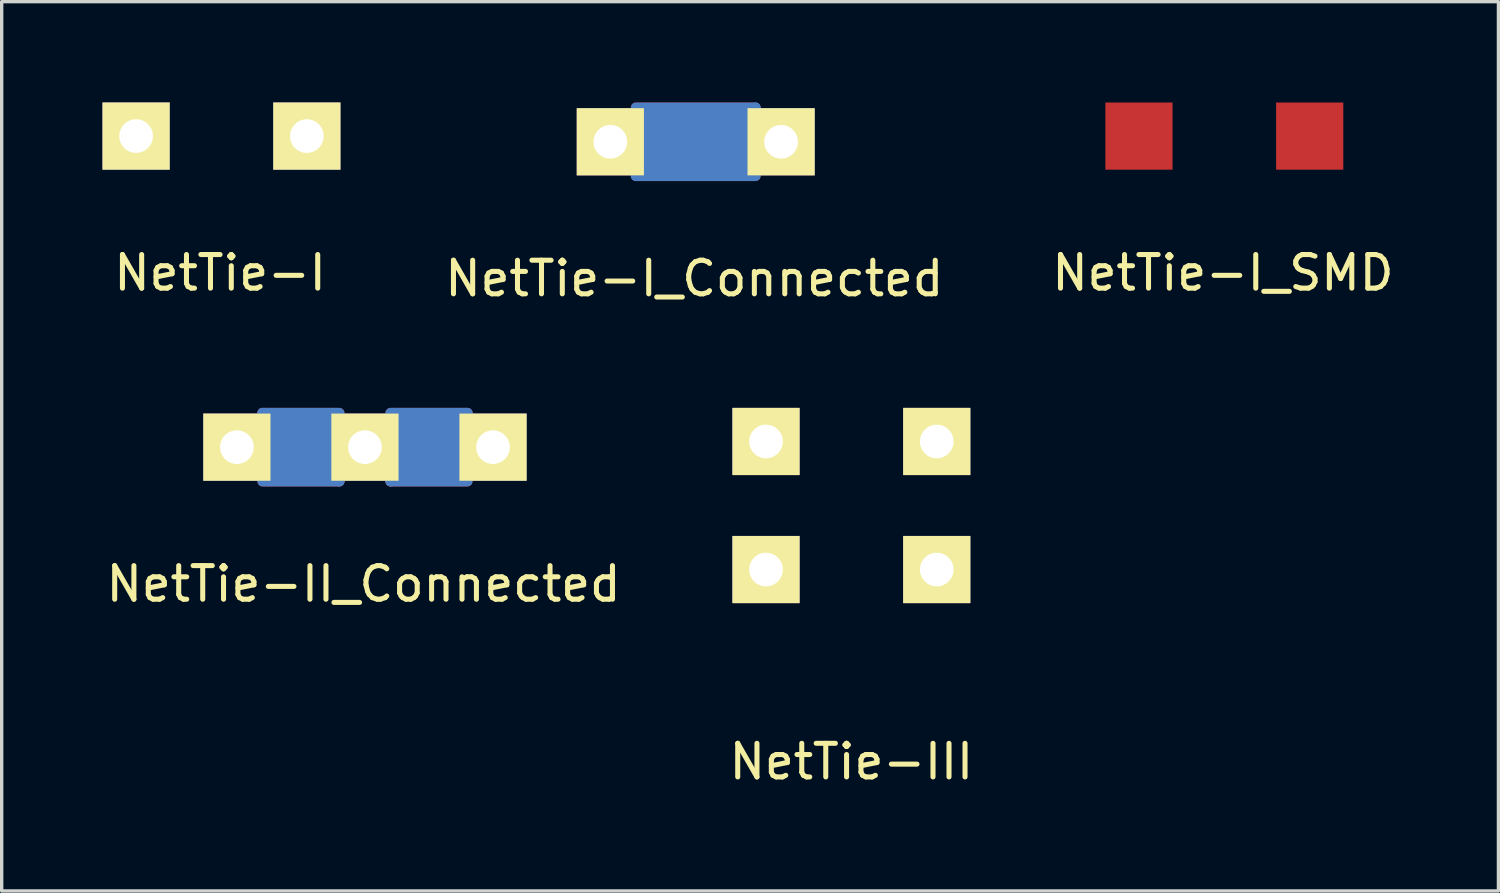
<source format=kicad_pcb>
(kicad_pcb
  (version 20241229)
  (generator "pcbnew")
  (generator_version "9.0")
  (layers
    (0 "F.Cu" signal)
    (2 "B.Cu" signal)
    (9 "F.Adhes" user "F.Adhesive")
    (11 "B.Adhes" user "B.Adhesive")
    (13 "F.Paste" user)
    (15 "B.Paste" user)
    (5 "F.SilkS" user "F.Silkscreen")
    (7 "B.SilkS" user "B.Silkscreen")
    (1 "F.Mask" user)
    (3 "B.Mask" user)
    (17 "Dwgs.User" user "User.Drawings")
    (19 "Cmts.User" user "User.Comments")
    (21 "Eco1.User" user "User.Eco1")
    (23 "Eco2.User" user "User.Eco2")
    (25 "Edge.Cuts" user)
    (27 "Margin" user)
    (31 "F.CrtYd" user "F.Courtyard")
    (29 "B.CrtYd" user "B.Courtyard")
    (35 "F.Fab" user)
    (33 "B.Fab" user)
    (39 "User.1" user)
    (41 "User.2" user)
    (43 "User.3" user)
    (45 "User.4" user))
  (footprint "NetTie-II_Connected"
    (layer "F.Cu")
    (at 7.808 10.254)
    (property "Reference" "NetTie-II_Connected" (at -0.041 4.069 0) (layer "F.SilkS") (effects (font (size 1 1) (thickness 0.15))))
    (attr through_hole)
    (fp_line (start -3.048 -1.016) (end -0.762 -1.016) (stroke (width 0.305) (type solid)) (layer "F.Cu"))
    (fp_line (start -3.048 -0.762) (end -3.048 -1.016) (stroke (width 0.305) (type solid)) (layer "F.Cu"))
    (fp_line (start -3.048 -0.508) (end -0.762 -0.508) (stroke (width 0.305) (type solid)) (layer "F.Cu"))
    (fp_line (start -3.048 -0.254) (end -3.048 -0.508) (stroke (width 0.305) (type solid)) (layer "F.Cu"))
    (fp_line (start -3.048 0) (end -0.762 0) (stroke (width 0.305) (type solid)) (layer "F.Cu"))
    (fp_line (start -3.048 0.254) (end -3.048 0) (stroke (width 0.305) (type solid)) (layer "F.Cu"))
    (fp_line (start -3.048 0.508) (end -0.762 0.508) (stroke (width 0.305) (type solid)) (layer "F.Cu"))
    (fp_line (start -3.048 0.762) (end -3.048 0.508) (stroke (width 0.305) (type solid)) (layer "F.Cu"))
    (fp_line (start -3.048 1.016) (end -0.762 1.016) (stroke (width 0.305) (type solid)) (layer "F.Cu"))
    (fp_line (start -0.762 -0.762) (end -3.048 -0.762) (stroke (width 0.305) (type solid)) (layer "F.Cu"))
    (fp_line (start -0.762 -0.508) (end -0.762 -0.762) (stroke (width 0.305) (type solid)) (layer "F.Cu"))
    (fp_line (start -0.762 -0.254) (end -3.048 -0.254) (stroke (width 0.305) (type solid)) (layer "F.Cu"))
    (fp_line (start -0.762 0) (end -0.762 -0.254) (stroke (width 0.305) (type solid)) (layer "F.Cu"))
    (fp_line (start -0.762 0.254) (end -3.048 0.254) (stroke (width 0.305) (type solid)) (layer "F.Cu"))
    (fp_line (start -0.762 0.508) (end -0.762 0.254) (stroke (width 0.305) (type solid)) (layer "F.Cu"))
    (fp_line (start -0.762 0.762) (end -3.048 0.762) (stroke (width 0.305) (type solid)) (layer "F.Cu"))
    (fp_line (start -0.762 1.016) (end -0.762 0.762) (stroke (width 0.305) (type solid)) (layer "F.Cu"))
    (fp_line (start 0.762 -1.016) (end 3.048 -1.016) (stroke (width 0.305) (type solid)) (layer "F.Cu"))
    (fp_line (start 0.762 -0.762) (end 0.762 -0.508) (stroke (width 0.305) (type solid)) (layer "F.Cu"))
    (fp_line (start 0.762 -0.508) (end 3.048 -0.508) (stroke (width 0.305) (type solid)) (layer "F.Cu"))
    (fp_line (start 0.762 -0.254) (end 0.762 0) (stroke (width 0.305) (type solid)) (layer "F.Cu"))
    (fp_line (start 0.762 0) (end 3.048 0) (stroke (width 0.305) (type solid)) (layer "F.Cu"))
    (fp_line (start 0.762 0.254) (end 0.762 0.508) (stroke (width 0.305) (type solid)) (layer "F.Cu"))
    (fp_line (start 0.762 0.508) (end 3.048 0.508) (stroke (width 0.305) (type solid)) (layer "F.Cu"))
    (fp_line (start 0.762 0.762) (end 0.762 1.016) (stroke (width 0.305) (type solid)) (layer "F.Cu"))
    (fp_line (start 0.762 1.016) (end 3.048 1.016) (stroke (width 0.305) (type solid)) (layer "F.Cu"))
    (fp_line (start 3.048 -1.016) (end 3.048 -0.762) (stroke (width 0.305) (type solid)) (layer "F.Cu"))
    (fp_line (start 3.048 -0.762) (end 0.762 -0.762) (stroke (width 0.305) (type solid)) (layer "F.Cu"))
    (fp_line (start 3.048 -0.508) (end 3.048 -0.254) (stroke (width 0.305) (type solid)) (layer "F.Cu"))
    (fp_line (start 3.048 -0.254) (end 0.762 -0.254) (stroke (width 0.305) (type solid)) (layer "F.Cu"))
    (fp_line (start 3.048 0) (end 3.048 0.254) (stroke (width 0.305) (type solid)) (layer "F.Cu"))
    (fp_line (start 3.048 0.254) (end 0.762 0.254) (stroke (width 0.305) (type solid)) (layer "F.Cu"))
    (fp_line (start 3.048 0.508) (end 3.048 0.762) (stroke (width 0.305) (type solid)) (layer "F.Cu"))
    (fp_line (start 3.048 0.762) (end 0.762 0.762) (stroke (width 0.305) (type solid)) (layer "F.Cu"))
    (fp_line (start -3.048 -1.016) (end -0.762 -1.016) (stroke (width 0.305) (type solid)) (layer "B.Cu"))
    (fp_line (start -3.048 -0.762) (end -3.048 -1.016) (stroke (width 0.305) (type solid)) (layer "B.Cu"))
    (fp_line (start -3.048 -0.508) (end -0.762 -0.508) (stroke (width 0.305) (type solid)) (layer "B.Cu"))
    (fp_line (start -3.048 -0.254) (end -3.048 -0.508) (stroke (width 0.305) (type solid)) (layer "B.Cu"))
    (fp_line (start -3.048 0) (end -0.762 0) (stroke (width 0.305) (type solid)) (layer "B.Cu"))
    (fp_line (start -3.048 0.254) (end -3.048 0) (stroke (width 0.305) (type solid)) (layer "B.Cu"))
    (fp_line (start -3.048 0.508) (end -0.762 0.508) (stroke (width 0.305) (type solid)) (layer "B.Cu"))
    (fp_line (start -3.048 0.762) (end -3.048 0.508) (stroke (width 0.305) (type solid)) (layer "B.Cu"))
    (fp_line (start -3.048 1.016) (end -0.762 1.016) (stroke (width 0.305) (type solid)) (layer "B.Cu"))
    (fp_line (start -0.762 -0.762) (end -3.048 -0.762) (stroke (width 0.305) (type solid)) (layer "B.Cu"))
    (fp_line (start -0.762 -0.508) (end -0.762 -0.762) (stroke (width 0.305) (type solid)) (layer "B.Cu"))
    (fp_line (start -0.762 -0.254) (end -3.048 -0.254) (stroke (width 0.305) (type solid)) (layer "B.Cu"))
    (fp_line (start -0.762 0) (end -0.762 -0.254) (stroke (width 0.305) (type solid)) (layer "B.Cu"))
    (fp_line (start -0.762 0.254) (end -3.048 0.254) (stroke (width 0.305) (type solid)) (layer "B.Cu"))
    (fp_line (start -0.762 0.508) (end -0.762 0.254) (stroke (width 0.305) (type solid)) (layer "B.Cu"))
    (fp_line (start -0.762 0.762) (end -3.048 0.762) (stroke (width 0.305) (type solid)) (layer "B.Cu"))
    (fp_line (start -0.762 1.016) (end -0.762 0.762) (stroke (width 0.305) (type solid)) (layer "B.Cu"))
    (fp_line (start 0.762 -1.016) (end 3.048 -1.016) (stroke (width 0.305) (type solid)) (layer "B.Cu"))
    (fp_line (start 0.762 -0.762) (end 0.762 -0.508) (stroke (width 0.305) (type solid)) (layer "B.Cu"))
    (fp_line (start 0.762 -0.508) (end 3.048 -0.508) (stroke (width 0.305) (type solid)) (layer "B.Cu"))
    (fp_line (start 0.762 -0.254) (end 0.762 0) (stroke (width 0.305) (type solid)) (layer "B.Cu"))
    (fp_line (start 0.762 0) (end 3.048 0) (stroke (width 0.305) (type solid)) (layer "B.Cu"))
    (fp_line (start 0.762 0.254) (end 0.762 0.508) (stroke (width 0.305) (type solid)) (layer "B.Cu"))
    (fp_line (start 0.762 0.508) (end 3.048 0.508) (stroke (width 0.305) (type solid)) (layer "B.Cu"))
    (fp_line (start 0.762 0.762) (end 0.762 1.016) (stroke (width 0.305) (type solid)) (layer "B.Cu"))
    (fp_line (start 0.762 1.016) (end 3.048 1.016) (stroke (width 0.305) (type solid)) (layer "B.Cu"))
    (fp_line (start 3.048 -1.016) (end 3.048 -0.762) (stroke (width 0.305) (type solid)) (layer "B.Cu"))
    (fp_line (start 3.048 -0.762) (end 0.762 -0.762) (stroke (width 0.305) (type solid)) (layer "B.Cu"))
    (fp_line (start 3.048 -0.508) (end 3.048 -0.254) (stroke (width 0.305) (type solid)) (layer "B.Cu"))
    (fp_line (start 3.048 -0.254) (end 0.762 -0.254) (stroke (width 0.305) (type solid)) (layer "B.Cu"))
    (fp_line (start 3.048 0) (end 3.048 0.254) (stroke (width 0.305) (type solid)) (layer "B.Cu"))
    (fp_line (start 3.048 0.254) (end 0.762 0.254) (stroke (width 0.305) (type solid)) (layer "B.Cu"))
    (fp_line (start 3.048 0.508) (end 3.048 0.762) (stroke (width 0.305) (type solid)) (layer "B.Cu"))
    (fp_line (start 3.048 0.762) (end 0.762 0.762) (stroke (width 0.305) (type solid)) (layer "B.Cu"))
    (pad "1" thru_hole rect (at -3.81 0) (size 1.999 1.999) (drill 1.001) (layers "*.Cu" "*.Mask" "F.SilkS"))
    (pad "2" thru_hole rect (at 0 0) (size 1.999 1.999) (drill 1.001) (layers "*.Cu" "*.Mask" "F.SilkS"))
    (pad "3" thru_hole rect (at 3.81 0) (size 1.999 1.999) (drill 1.001) (layers "*.Cu" "*.Mask" "F.SilkS")))
  (footprint "NetTie-III"
    (layer "F.Cu")
    (at 22.28 11.99)
    (property "Reference" "NetTie-III" (at 0 7.62 0) (layer "F.SilkS") (effects (font (size 1 1) (thickness 0.15))))
    (attr through_hole)
    (pad "1" thru_hole rect (at -2.54 -1.905) (size 1.999 1.999) (drill 1.001) (layers "*.Cu" "*.Mask" "F.SilkS"))
    (pad "2" thru_hole rect (at -2.54 1.905) (size 1.999 1.999) (drill 1.001) (layers "*.Cu" "*.Mask" "F.SilkS"))
    (pad "3" thru_hole rect (at 2.54 -1.905) (size 1.999 1.999) (drill 1.001) (layers "*.Cu" "*.Mask" "F.SilkS"))
    (pad "4" thru_hole rect (at 2.54 1.905) (size 1.999 1.999) (drill 1.001) (layers "*.Cu" "*.Mask" "F.SilkS")))
  (footprint "NetTie-I_SMD"
    (layer "F.Cu")
    (at 33.376 0.999)
    (property "Reference" "NetTie-I_SMD" (at -0.041 4.069 0) (layer "F.SilkS") (effects (font (size 1 1) (thickness 0.15))))
    (attr through_hole)
    (pad "1" smd rect (at -2.54 0) (size 1.999 1.999) (layers "F.Cu" "F.Mask" "F.Paste"))
    (pad "2" smd rect (at 2.54 0) (size 1.999 1.999) (layers "F.Cu" "F.Mask" "F.Paste")))
  (footprint "NetTie-I"
    (layer "F.Cu")
    (at 3.539 0.999)
    (property "Reference" "NetTie-I" (at -0.041 4.069 0) (layer "F.SilkS") (effects (font (size 1 1) (thickness 0.15))))
    (attr through_hole)
    (pad "1" thru_hole rect (at -2.54 0) (size 1.999 1.999) (drill 1.001) (layers "*.Cu" "*.Mask" "F.SilkS"))
    (pad "2" thru_hole rect (at 2.54 0) (size 1.999 1.999) (drill 1.001) (layers "*.Cu" "*.Mask" "F.SilkS")))
  (footprint "NetTie-I_Connected"
    (layer "F.Cu")
    (at 17.649 1.168)
    (property "Reference" "NetTie-I_Connected" (at -0.041 4.069 0) (layer "F.SilkS") (effects (font (size 1 1) (thickness 0.15))))
    (attr through_hole)
    (fp_line (start -1.778 -0.762) (end 1.778 -0.762) (stroke (width 0.305) (type solid)) (layer "F.Cu"))
    (fp_line (start -1.778 -0.254) (end 1.778 -0.254) (stroke (width 0.305) (type solid)) (layer "F.Cu"))
    (fp_line (start -1.778 0.254) (end 1.778 0.254) (stroke (width 0.305) (type solid)) (layer "F.Cu"))
    (fp_line (start -1.778 0.762) (end 1.778 0.762) (stroke (width 0.305) (type solid)) (layer "F.Cu"))
    (fp_line (start 1.778 -1.016) (end -1.778 -1.016) (stroke (width 0.305) (type solid)) (layer "F.Cu"))
    (fp_line (start 1.778 -0.508) (end -1.778 -0.508) (stroke (width 0.305) (type solid)) (layer "F.Cu"))
    (fp_line (start 1.778 0) (end -1.778 0) (stroke (width 0.305) (type solid)) (layer "F.Cu"))
    (fp_line (start 1.778 0.508) (end -1.778 0.508) (stroke (width 0.305) (type solid)) (layer "F.Cu"))
    (fp_line (start 1.778 1.016) (end -1.778 1.016) (stroke (width 0.305) (type solid)) (layer "F.Cu"))
    (fp_line (start -1.778 -0.762) (end 1.778 -0.762) (stroke (width 0.305) (type solid)) (layer "B.Cu"))
    (fp_line (start -1.778 -0.508) (end -1.778 -0.762) (stroke (width 0.305) (type solid)) (layer "B.Cu"))
    (fp_line (start -1.778 -0.254) (end 1.778 -0.254) (stroke (width 0.305) (type solid)) (layer "B.Cu"))
    (fp_line (start -1.778 0) (end -1.778 -0.254) (stroke (width 0.305) (type solid)) (layer "B.Cu"))
    (fp_line (start -1.778 0.254) (end 1.778 0.254) (stroke (width 0.305) (type solid)) (layer "B.Cu"))
    (fp_line (start -1.778 0.508) (end -1.778 0.254) (stroke (width 0.305) (type solid)) (layer "B.Cu"))
    (fp_line (start -1.778 0.762) (end 1.778 0.762) (stroke (width 0.305) (type solid)) (layer "B.Cu"))
    (fp_line (start -1.778 1.016) (end -1.778 0.762) (stroke (width 0.305) (type solid)) (layer "B.Cu"))
    (fp_line (start 1.778 -1.016) (end -1.778 -1.016) (stroke (width 0.305) (type solid)) (layer "B.Cu"))
    (fp_line (start 1.778 -0.762) (end 1.778 -1.016) (stroke (width 0.305) (type solid)) (layer "B.Cu"))
    (fp_line (start 1.778 -0.508) (end -1.778 -0.508) (stroke (width 0.305) (type solid)) (layer "B.Cu"))
    (fp_line (start 1.778 -0.254) (end 1.778 -0.508) (stroke (width 0.305) (type solid)) (layer "B.Cu"))
    (fp_line (start 1.778 0) (end -1.778 0) (stroke (width 0.305) (type solid)) (layer "B.Cu"))
    (fp_line (start 1.778 0.254) (end 1.778 0) (stroke (width 0.305) (type solid)) (layer "B.Cu"))
    (fp_line (start 1.778 0.508) (end -1.778 0.508) (stroke (width 0.305) (type solid)) (layer "B.Cu"))
    (fp_line (start 1.778 0.762) (end 1.778 0.508) (stroke (width 0.305) (type solid)) (layer "B.Cu"))
    (fp_line (start 1.778 1.016) (end -1.778 1.016) (stroke (width 0.305) (type solid)) (layer "B.Cu"))
    (pad "1" thru_hole rect (at -2.54 0) (size 1.999 1.999) (drill 1.001) (layers "*.Cu" "*.Mask" "F.SilkS"))
    (pad "2" thru_hole rect (at 2.54 0) (size 1.999 1.999) (drill 1.001) (layers "*.Cu" "*.Mask" "F.SilkS")))
  (gr_rect
    (start -3 -3)
    (end 41.531 23.458)
    (stroke (width 0.1) (type default))
    (fill no)
    (layer "Edge.Cuts")))
</source>
